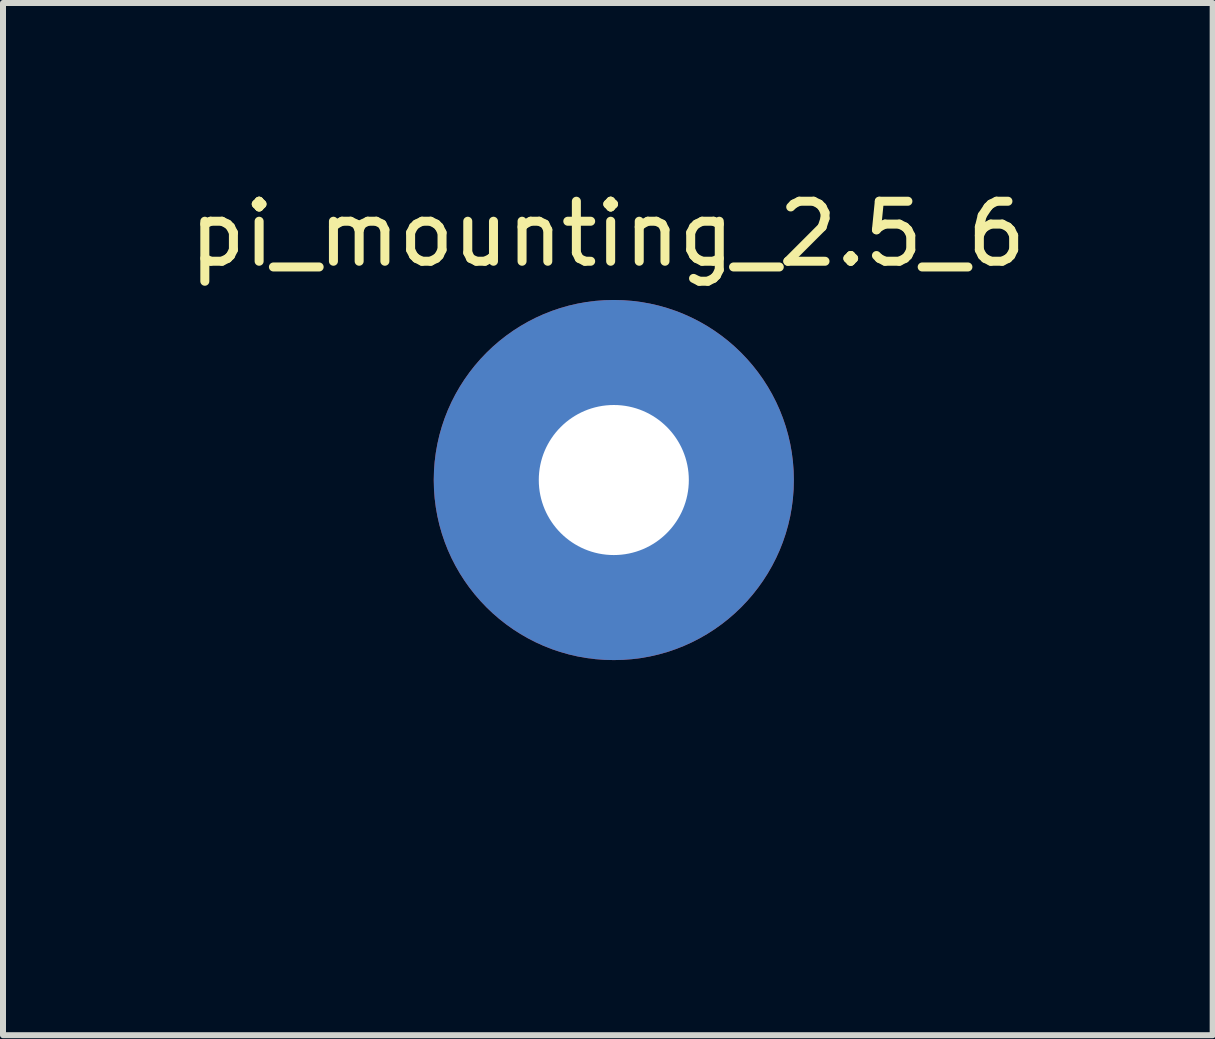
<source format=kicad_pcb>
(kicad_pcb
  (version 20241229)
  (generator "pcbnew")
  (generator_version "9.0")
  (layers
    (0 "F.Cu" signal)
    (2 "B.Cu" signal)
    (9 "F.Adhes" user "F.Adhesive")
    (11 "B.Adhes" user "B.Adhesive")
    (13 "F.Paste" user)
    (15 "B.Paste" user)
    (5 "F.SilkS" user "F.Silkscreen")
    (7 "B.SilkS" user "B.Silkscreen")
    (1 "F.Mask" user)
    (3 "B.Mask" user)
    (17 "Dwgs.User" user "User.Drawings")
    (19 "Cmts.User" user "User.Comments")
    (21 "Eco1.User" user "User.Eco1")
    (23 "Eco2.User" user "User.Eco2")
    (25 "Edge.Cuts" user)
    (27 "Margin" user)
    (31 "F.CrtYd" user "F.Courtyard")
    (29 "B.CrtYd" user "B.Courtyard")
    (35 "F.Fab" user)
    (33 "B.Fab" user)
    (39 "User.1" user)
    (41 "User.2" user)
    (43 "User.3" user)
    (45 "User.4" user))
  (footprint "pi_mounting_2.5_6"
    (layer "F.Cu")
    (at 7.077 10.948)
    (property "Reference" "pi_mounting_2.5_6" (at 0 -10.1 0) (layer "F.SilkS") (effects (font (size 1 1) (thickness 0.15))))
    (attr through_hole)
    (pad "" thru_hole circle (at 0.1 -6) (size 6 6) (drill 2.5) (layers "*.Cu" "*.Mask")))
  (gr_rect
    (start -3 -3)
    (end 17.155 14.198)
    (stroke (width 0.1) (type default))
    (fill no)
    (layer "Edge.Cuts")))
</source>
